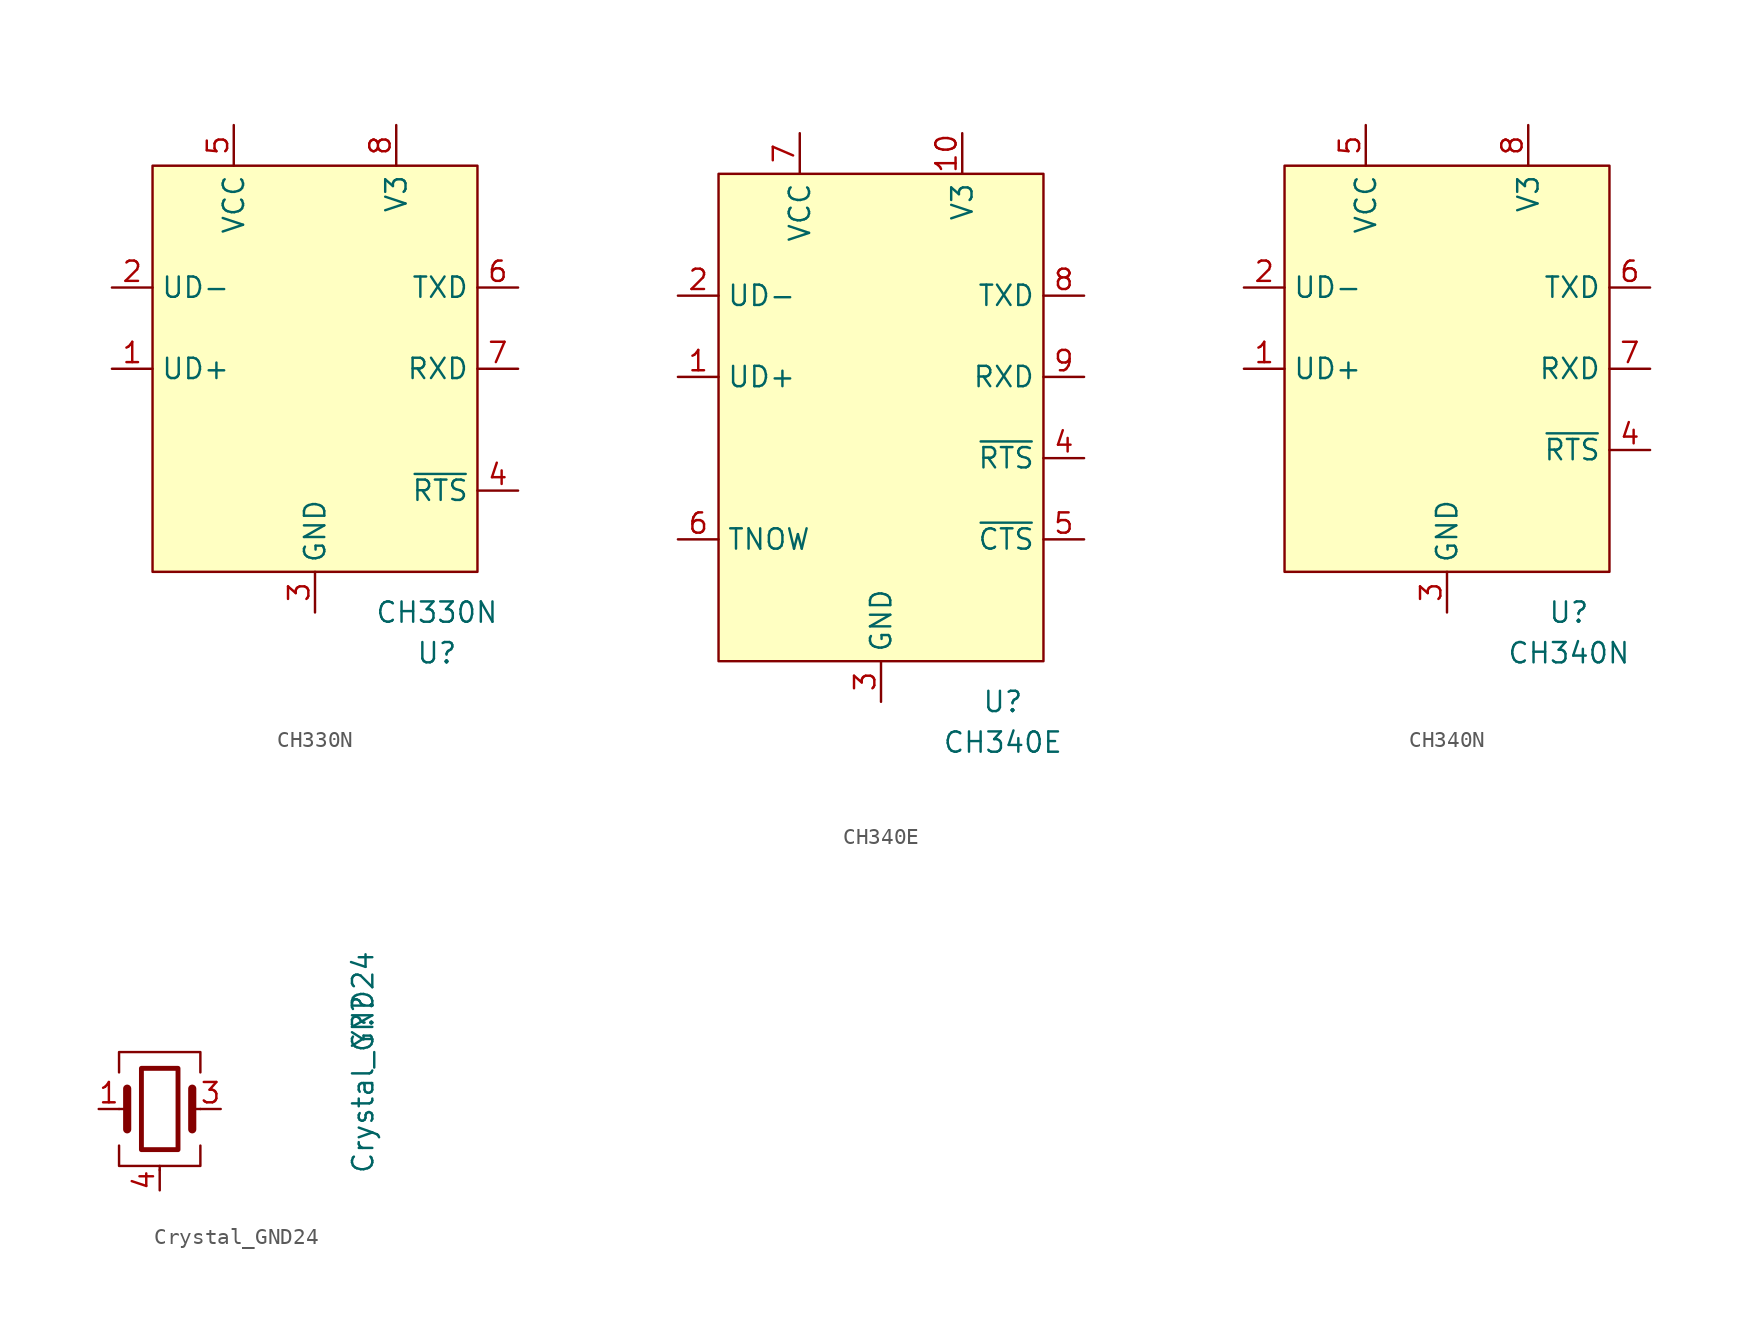
<source format=kicad_sym>
(kicad_symbol_lib
  (version 20211014)
  (generator kicad_symbol_editor)
  (symbol "CH330N"
    (property "Reference" "U"
      (at 7.62 -17.78 0)
      (effects (font (size 1.27 1.27))))
    (property "Value" "CH330N"
      (at 7.62 -15.24 0)
      (effects (font (size 1.27 1.27))))
    (symbol "CH330N_0_1"
      (rectangle (start -10.16 12.7) (end 10.16 -12.7) (stroke (width 0.152) (type default) (color 0 0 0 0)) (fill (type background))))
    (symbol "CH330N_1_1"
      (pin bidirectional line (at -12.7 0 0) (length 2.54) (name "UD+" (effects (font (size 1.27 1.27)))) (number "1" (effects (font (size 1.27 1.27)))))
      (pin bidirectional line (at -12.7 5.08 0) (length 2.54) (name "UD-" (effects (font (size 1.27 1.27)))) (number "2" (effects (font (size 1.27 1.27)))))
      (pin passive line (at 0 -15.24 90) (length 2.54) (name "GND" (effects (font (size 1.27 1.27)))) (number "3" (effects (font (size 1.27 1.27)))))
      (pin output line (at 12.7 -7.62 180) (length 2.54) (name "~{RTS}" (effects (font (size 1.27 1.27)))) (number "4" (effects (font (size 1.27 1.27)))))
      (pin power_in line (at -5.08 15.24 270) (length 2.54) (name "VCC" (effects (font (size 1.27 1.27)))) (number "5" (effects (font (size 1.27 1.27)))))
      (pin output line (at 12.7 5.08 180) (length 2.54) (name "TXD" (effects (font (size 1.27 1.27)))) (number "6" (effects (font (size 1.27 1.27)))))
      (pin input line (at 12.7 0 180) (length 2.54) (name "RXD" (effects (font (size 1.27 1.27)))) (number "7" (effects (font (size 1.27 1.27)))))
      (pin power_out line (at 5.08 15.24 270) (length 2.54) (name "V3" (effects (font (size 1.27 1.27)))) (number "8" (effects (font (size 1.27 1.27)))) (alternate "V3" power_in line))))
  (symbol "CH340E"
    (property "Reference" "U"
      (at 7.62 -17.78 0)
      (effects (font (size 1.27 1.27))))
    (property "Value" "CH340E"
      (at 7.62 -20.32 0)
      (effects (font (size 1.27 1.27))))
    (symbol "CH340E_0_1"
      (rectangle (start -10.16 15.24) (end 10.16 -15.24) (stroke (width 0.152) (type default) (color 0 0 0 0)) (fill (type background))))
    (symbol "CH340E_1_1"
      (pin bidirectional line (at -12.7 2.54 0) (length 2.54) (name "UD+" (effects (font (size 1.27 1.27)))) (number "1" (effects (font (size 1.27 1.27)))))
      (pin power_out line (at 5.08 17.78 270) (length 2.54) (name "V3" (effects (font (size 1.27 1.27)))) (number "10" (effects (font (size 1.27 1.27)))) (alternate "V3" power_in line))
      (pin bidirectional line (at -12.7 7.62 0) (length 2.54) (name "UD-" (effects (font (size 1.27 1.27)))) (number "2" (effects (font (size 1.27 1.27)))))
      (pin passive line (at 0 -17.78 90) (length 2.54) (name "GND" (effects (font (size 1.27 1.27)))) (number "3" (effects (font (size 1.27 1.27)))))
      (pin output line (at 12.7 -2.54 180) (length 2.54) (name "~{RTS}" (effects (font (size 1.27 1.27)))) (number "4" (effects (font (size 1.27 1.27)))))
      (pin input line (at 12.7 -7.62 180) (length 2.54) (name "~{CTS}" (effects (font (size 1.27 1.27)))) (number "5" (effects (font (size 1.27 1.27)))))
      (pin output line (at -12.7 -7.62 0) (length 2.54) (name "TNOW" (effects (font (size 1.27 1.27)))) (number "6" (effects (font (size 1.27 1.27)))))
      (pin power_in line (at -5.08 17.78 270) (length 2.54) (name "VCC" (effects (font (size 1.27 1.27)))) (number "7" (effects (font (size 1.27 1.27)))))
      (pin output line (at 12.7 7.62 180) (length 2.54) (name "TXD" (effects (font (size 1.27 1.27)))) (number "8" (effects (font (size 1.27 1.27)))))
      (pin input line (at 12.7 2.54 180) (length 2.54) (name "RXD" (effects (font (size 1.27 1.27)))) (number "9" (effects (font (size 1.27 1.27)))))))
  (symbol "CH340N"
    (property "Reference" "U"
      (at 7.62 -15.24 0)
      (effects (font (size 1.27 1.27))))
    (property "Value" "CH340N"
      (at 7.62 -17.78 0)
      (effects (font (size 1.27 1.27))))
    (symbol "CH340N_0_1"
      (rectangle (start -10.16 12.7) (end 10.16 -12.7) (stroke (width 0.152) (type default) (color 0 0 0 0)) (fill (type background))))
    (symbol "CH340N_1_1"
      (pin bidirectional line (at -12.7 0 0) (length 2.54) (name "UD+" (effects (font (size 1.27 1.27)))) (number "1" (effects (font (size 1.27 1.27)))))
      (pin bidirectional line (at -12.7 5.08 0) (length 2.54) (name "UD-" (effects (font (size 1.27 1.27)))) (number "2" (effects (font (size 1.27 1.27)))))
      (pin passive line (at 0 -15.24 90) (length 2.54) (name "GND" (effects (font (size 1.27 1.27)))) (number "3" (effects (font (size 1.27 1.27)))))
      (pin output line (at 12.7 -5.08 180) (length 2.54) (name "~{RTS}" (effects (font (size 1.27 1.27)))) (number "4" (effects (font (size 1.27 1.27)))))
      (pin power_in line (at -5.08 15.24 270) (length 2.54) (name "VCC" (effects (font (size 1.27 1.27)))) (number "5" (effects (font (size 1.27 1.27)))))
      (pin output line (at 12.7 5.08 180) (length 2.54) (name "TXD" (effects (font (size 1.27 1.27)))) (number "6" (effects (font (size 1.27 1.27)))))
      (pin input line (at 12.7 0 180) (length 2.54) (name "RXD" (effects (font (size 1.27 1.27)))) (number "7" (effects (font (size 1.27 1.27)))))
      (pin power_out line (at 5.08 15.24 270) (length 2.54) (name "V3" (effects (font (size 1.27 1.27)))) (number "8" (effects (font (size 1.27 1.27)))) (alternate "V3" power_in line))))
  (symbol "Crystal_GND24"
    (pin_names
      (offset 1.016) hide)
    (property "Reference" "Y?"
      (at 12.7 5.461 90)
      (effects (font (size 1.27 1.27))))
    (property "Value" "Crystal_GND24"
      (at 12.7 2.921 90)
      (effects (font (size 1.27 1.27))))
    (symbol "Crystal_GND24_0_1"
      (rectangle (start -1.143 2.54) (end 1.143 -2.54) (stroke (width 0.305) (type default) (color 0 0 0 0)) (fill (type none)))
      (polyline (pts (xy -2.54 0) (xy -2.032 0)) (stroke (width 0) (type default) (color 0 0 0 0)) (fill (type none)))
      (polyline (pts (xy -2.032 -1.27) (xy -2.032 1.27)) (stroke (width 0.508) (type default) (color 0 0 0 0)) (fill (type none)))
      (polyline (pts (xy 0 -3.81) (xy 0 -3.556)) (stroke (width 0) (type default) (color 0 0 0 0)) (fill (type none)))
      (polyline (pts (xy 2.032 -1.27) (xy 2.032 1.27)) (stroke (width 0.508) (type default) (color 0 0 0 0)) (fill (type none)))
      (polyline (pts (xy 2.032 0) (xy 2.54 0)) (stroke (width 0) (type default) (color 0 0 0 0)) (fill (type none)))
      (polyline (pts (xy -2.54 -2.286) (xy -2.54 -3.556) (xy 2.54 -3.556) (xy 2.54 -2.286)) (stroke (width 0) (type default) (color 0 0 0 0)) (fill (type none)))
      (polyline (pts (xy -2.54 2.286) (xy -2.54 3.556) (xy 2.54 3.556) (xy 2.54 2.286)) (stroke (width 0) (type default) (color 0 0 0 0)) (fill (type none))))
    (symbol "Crystal_GND24_1_1"
      (pin passive line (at -3.81 0 0) (length 1.27) (name "1" (effects (font (size 1.27 1.27)))) (number "1" (effects (font (size 1.27 1.27)))))
      (pin passive line (at 0 -5.08 90) (length 1.27) hide (name "2" (effects (font (size 1.27 1.27)))) (number "2" (effects (font (size 1.27 1.27)))))
      (pin passive line (at 3.81 0 180) (length 1.27) (name "3" (effects (font (size 1.27 1.27)))) (number "3" (effects (font (size 1.27 1.27)))))
      (pin passive line (at 0 -5.08 90) (length 1.27) (name "4" (effects (font (size 1.27 1.27)))) (number "4" (effects (font (size 1.27 1.27))))))))
</source>
